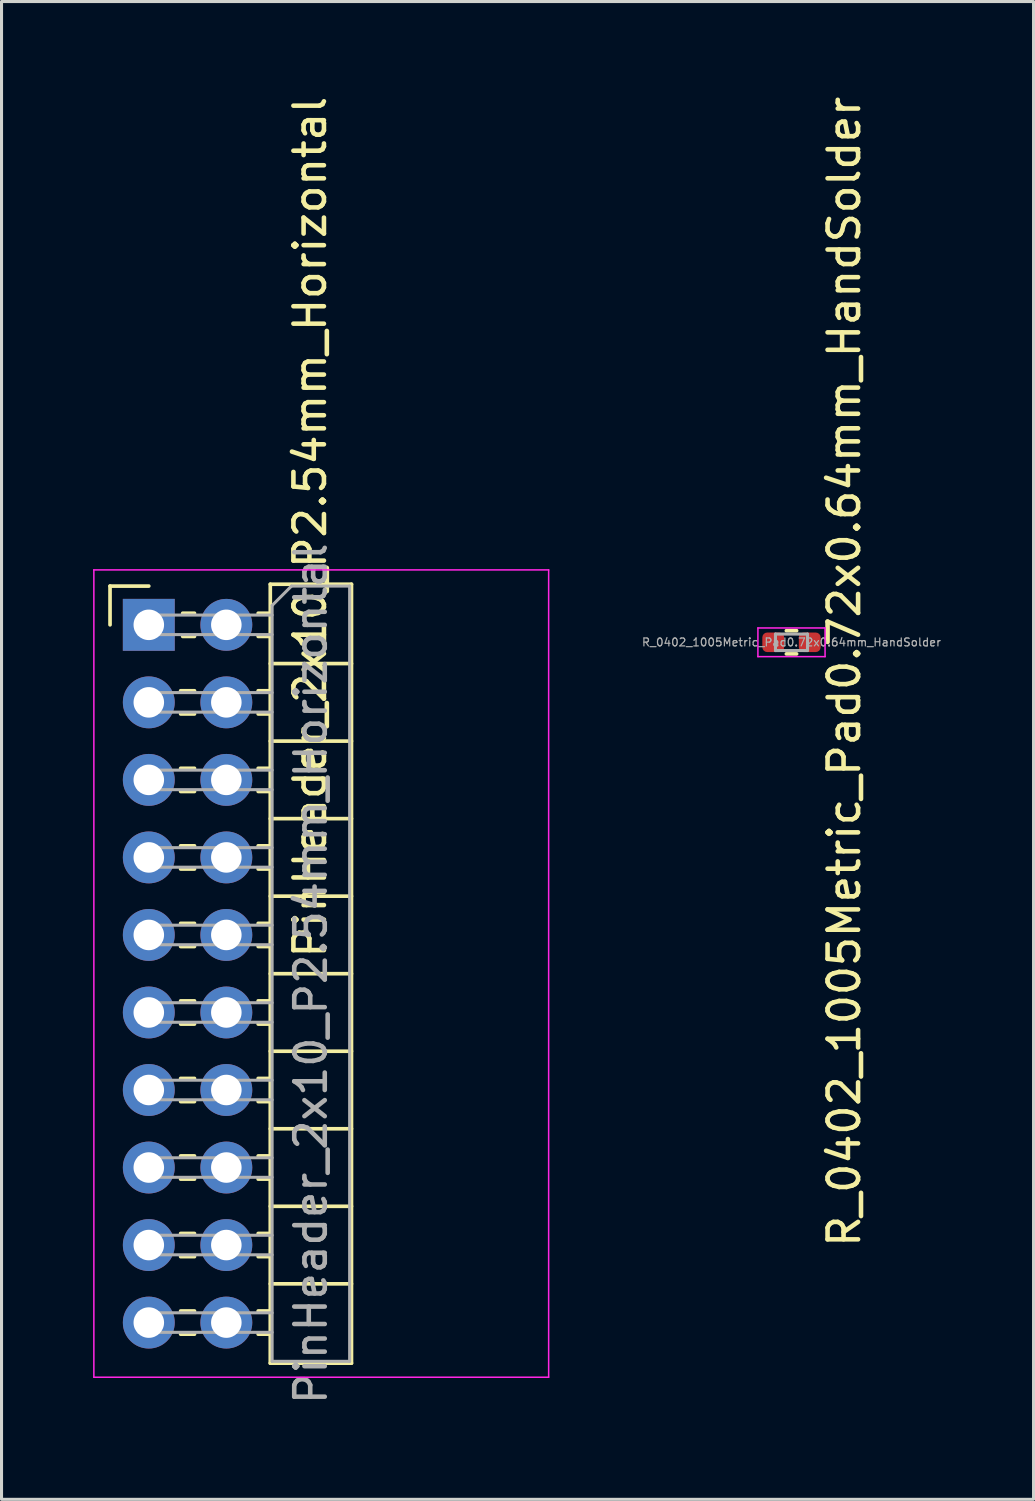
<source format=kicad_pcb>
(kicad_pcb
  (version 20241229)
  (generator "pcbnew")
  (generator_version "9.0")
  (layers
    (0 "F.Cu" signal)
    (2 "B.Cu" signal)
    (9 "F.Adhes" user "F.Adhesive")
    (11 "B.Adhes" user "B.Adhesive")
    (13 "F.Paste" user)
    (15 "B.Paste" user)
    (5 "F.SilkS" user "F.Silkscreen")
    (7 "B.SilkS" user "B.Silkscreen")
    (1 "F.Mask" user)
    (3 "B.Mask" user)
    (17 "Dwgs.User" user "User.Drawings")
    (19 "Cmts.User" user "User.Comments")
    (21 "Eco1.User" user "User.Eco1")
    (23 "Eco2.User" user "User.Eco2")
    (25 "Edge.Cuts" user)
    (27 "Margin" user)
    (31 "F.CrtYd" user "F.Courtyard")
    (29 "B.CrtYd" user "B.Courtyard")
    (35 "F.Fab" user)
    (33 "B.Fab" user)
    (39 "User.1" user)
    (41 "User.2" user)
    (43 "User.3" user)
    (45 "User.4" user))
  (footprint "PinHeader_2x10_P2.54mm_Horizontal"
    (layer "F.Cu")
    (at 1.825 17.421)
    (property "Reference" "PinHeader_2x10_P2.54mm_Horizontal" (at 5.283 -3.2 90) (layer "F.SilkS") (effects (font (size 1 1) (thickness 0.15))))
    (attr through_hole exclude_from_bom)
    (fp_line (start -1.27 -1.27) (end 0 -1.27) (stroke (width 0.12) (type solid)) (layer "F.SilkS"))
    (fp_line (start -1.27 0) (end -1.27 -1.27) (stroke (width 0.12) (type solid)) (layer "F.SilkS"))
    (fp_line (start 1.043 2.16) (end 1.497 2.16) (stroke (width 0.12) (type solid)) (layer "F.SilkS"))
    (fp_line (start 1.043 2.92) (end 1.497 2.92) (stroke (width 0.12) (type solid)) (layer "F.SilkS"))
    (fp_line (start 1.043 4.7) (end 1.497 4.7) (stroke (width 0.12) (type solid)) (layer "F.SilkS"))
    (fp_line (start 1.043 5.46) (end 1.497 5.46) (stroke (width 0.12) (type solid)) (layer "F.SilkS"))
    (fp_line (start 1.043 7.24) (end 1.497 7.24) (stroke (width 0.12) (type solid)) (layer "F.SilkS"))
    (fp_line (start 1.043 8) (end 1.497 8) (stroke (width 0.12) (type solid)) (layer "F.SilkS"))
    (fp_line (start 1.043 9.78) (end 1.497 9.78) (stroke (width 0.12) (type solid)) (layer "F.SilkS"))
    (fp_line (start 1.043 10.54) (end 1.497 10.54) (stroke (width 0.12) (type solid)) (layer "F.SilkS"))
    (fp_line (start 1.043 12.32) (end 1.497 12.32) (stroke (width 0.12) (type solid)) (layer "F.SilkS"))
    (fp_line (start 1.043 13.08) (end 1.497 13.08) (stroke (width 0.12) (type solid)) (layer "F.SilkS"))
    (fp_line (start 1.043 14.86) (end 1.497 14.86) (stroke (width 0.12) (type solid)) (layer "F.SilkS"))
    (fp_line (start 1.043 15.62) (end 1.497 15.62) (stroke (width 0.12) (type solid)) (layer "F.SilkS"))
    (fp_line (start 1.043 17.4) (end 1.497 17.4) (stroke (width 0.12) (type solid)) (layer "F.SilkS"))
    (fp_line (start 1.043 18.16) (end 1.497 18.16) (stroke (width 0.12) (type solid)) (layer "F.SilkS"))
    (fp_line (start 1.043 19.94) (end 1.497 19.94) (stroke (width 0.12) (type solid)) (layer "F.SilkS"))
    (fp_line (start 1.043 20.7) (end 1.497 20.7) (stroke (width 0.12) (type solid)) (layer "F.SilkS"))
    (fp_line (start 1.043 22.48) (end 1.497 22.48) (stroke (width 0.12) (type solid)) (layer "F.SilkS"))
    (fp_line (start 1.043 23.24) (end 1.497 23.24) (stroke (width 0.12) (type solid)) (layer "F.SilkS"))
    (fp_line (start 1.11 -0.38) (end 1.497 -0.38) (stroke (width 0.12) (type solid)) (layer "F.SilkS"))
    (fp_line (start 1.11 0.38) (end 1.497 0.38) (stroke (width 0.12) (type solid)) (layer "F.SilkS"))
    (fp_line (start 3.583 -0.38) (end 3.98 -0.38) (stroke (width 0.12) (type solid)) (layer "F.SilkS"))
    (fp_line (start 3.583 0.38) (end 3.98 0.38) (stroke (width 0.12) (type solid)) (layer "F.SilkS"))
    (fp_line (start 3.583 2.16) (end 3.98 2.16) (stroke (width 0.12) (type solid)) (layer "F.SilkS"))
    (fp_line (start 3.583 2.92) (end 3.98 2.92) (stroke (width 0.12) (type solid)) (layer "F.SilkS"))
    (fp_line (start 3.583 4.7) (end 3.98 4.7) (stroke (width 0.12) (type solid)) (layer "F.SilkS"))
    (fp_line (start 3.583 5.46) (end 3.98 5.46) (stroke (width 0.12) (type solid)) (layer "F.SilkS"))
    (fp_line (start 3.583 7.24) (end 3.98 7.24) (stroke (width 0.12) (type solid)) (layer "F.SilkS"))
    (fp_line (start 3.583 8) (end 3.98 8) (stroke (width 0.12) (type solid)) (layer "F.SilkS"))
    (fp_line (start 3.583 9.78) (end 3.98 9.78) (stroke (width 0.12) (type solid)) (layer "F.SilkS"))
    (fp_line (start 3.583 10.54) (end 3.98 10.54) (stroke (width 0.12) (type solid)) (layer "F.SilkS"))
    (fp_line (start 3.583 12.32) (end 3.98 12.32) (stroke (width 0.12) (type solid)) (layer "F.SilkS"))
    (fp_line (start 3.583 13.08) (end 3.98 13.08) (stroke (width 0.12) (type solid)) (layer "F.SilkS"))
    (fp_line (start 3.583 14.86) (end 3.98 14.86) (stroke (width 0.12) (type solid)) (layer "F.SilkS"))
    (fp_line (start 3.583 15.62) (end 3.98 15.62) (stroke (width 0.12) (type solid)) (layer "F.SilkS"))
    (fp_line (start 3.583 17.4) (end 3.98 17.4) (stroke (width 0.12) (type solid)) (layer "F.SilkS"))
    (fp_line (start 3.583 18.16) (end 3.98 18.16) (stroke (width 0.12) (type solid)) (layer "F.SilkS"))
    (fp_line (start 3.583 19.94) (end 3.98 19.94) (stroke (width 0.12) (type solid)) (layer "F.SilkS"))
    (fp_line (start 3.583 20.7) (end 3.98 20.7) (stroke (width 0.12) (type solid)) (layer "F.SilkS"))
    (fp_line (start 3.583 22.48) (end 3.98 22.48) (stroke (width 0.12) (type solid)) (layer "F.SilkS"))
    (fp_line (start 3.583 23.24) (end 3.98 23.24) (stroke (width 0.12) (type solid)) (layer "F.SilkS"))
    (fp_line (start 3.98 -1.33) (end 3.98 24.19) (stroke (width 0.12) (type solid)) (layer "F.SilkS"))
    (fp_line (start 3.98 1.27) (end 6.64 1.27) (stroke (width 0.12) (type solid)) (layer "F.SilkS"))
    (fp_line (start 3.98 3.81) (end 6.64 3.81) (stroke (width 0.12) (type solid)) (layer "F.SilkS"))
    (fp_line (start 3.98 6.35) (end 6.64 6.35) (stroke (width 0.12) (type solid)) (layer "F.SilkS"))
    (fp_line (start 3.98 8.89) (end 6.64 8.89) (stroke (width 0.12) (type solid)) (layer "F.SilkS"))
    (fp_line (start 3.98 11.43) (end 6.64 11.43) (stroke (width 0.12) (type solid)) (layer "F.SilkS"))
    (fp_line (start 3.98 13.97) (end 6.64 13.97) (stroke (width 0.12) (type solid)) (layer "F.SilkS"))
    (fp_line (start 3.98 16.51) (end 6.64 16.51) (stroke (width 0.12) (type solid)) (layer "F.SilkS"))
    (fp_line (start 3.98 19.05) (end 6.64 19.05) (stroke (width 0.12) (type solid)) (layer "F.SilkS"))
    (fp_line (start 3.98 21.59) (end 6.64 21.59) (stroke (width 0.12) (type solid)) (layer "F.SilkS"))
    (fp_line (start 3.98 24.19) (end 6.64 24.19) (stroke (width 0.12) (type solid)) (layer "F.SilkS"))
    (fp_line (start 6.64 -1.33) (end 3.98 -1.33) (stroke (width 0.12) (type solid)) (layer "F.SilkS"))
    (fp_line (start 6.64 24.19) (end 6.64 -1.33) (stroke (width 0.12) (type solid)) (layer "F.SilkS"))
    (fp_line (start -1.8 -1.8) (end -1.8 24.65) (stroke (width 0.05) (type solid)) (layer "F.CrtYd"))
    (fp_line (start -1.8 24.65) (end 13.1 24.65) (stroke (width 0.05) (type solid)) (layer "F.CrtYd"))
    (fp_line (start 13.1 -1.8) (end -1.8 -1.8) (stroke (width 0.05) (type solid)) (layer "F.CrtYd"))
    (fp_line (start 13.1 24.65) (end 13.1 -1.8) (stroke (width 0.05) (type solid)) (layer "F.CrtYd"))
    (fp_line (start -0.32 -0.32) (end -0.32 0.32) (stroke (width 0.1) (type solid)) (layer "F.Fab"))
    (fp_line (start -0.32 -0.32) (end 4.04 -0.32) (stroke (width 0.1) (type solid)) (layer "F.Fab"))
    (fp_line (start -0.32 0.32) (end 4.04 0.32) (stroke (width 0.1) (type solid)) (layer "F.Fab"))
    (fp_line (start -0.32 2.22) (end -0.32 2.86) (stroke (width 0.1) (type solid)) (layer "F.Fab"))
    (fp_line (start -0.32 2.22) (end 4.04 2.22) (stroke (width 0.1) (type solid)) (layer "F.Fab"))
    (fp_line (start -0.32 2.86) (end 4.04 2.86) (stroke (width 0.1) (type solid)) (layer "F.Fab"))
    (fp_line (start -0.32 4.76) (end -0.32 5.4) (stroke (width 0.1) (type solid)) (layer "F.Fab"))
    (fp_line (start -0.32 4.76) (end 4.04 4.76) (stroke (width 0.1) (type solid)) (layer "F.Fab"))
    (fp_line (start -0.32 5.4) (end 4.04 5.4) (stroke (width 0.1) (type solid)) (layer "F.Fab"))
    (fp_line (start -0.32 7.3) (end -0.32 7.94) (stroke (width 0.1) (type solid)) (layer "F.Fab"))
    (fp_line (start -0.32 7.3) (end 4.04 7.3) (stroke (width 0.1) (type solid)) (layer "F.Fab"))
    (fp_line (start -0.32 7.94) (end 4.04 7.94) (stroke (width 0.1) (type solid)) (layer "F.Fab"))
    (fp_line (start -0.32 9.84) (end -0.32 10.48) (stroke (width 0.1) (type solid)) (layer "F.Fab"))
    (fp_line (start -0.32 9.84) (end 4.04 9.84) (stroke (width 0.1) (type solid)) (layer "F.Fab"))
    (fp_line (start -0.32 10.48) (end 4.04 10.48) (stroke (width 0.1) (type solid)) (layer "F.Fab"))
    (fp_line (start -0.32 12.38) (end -0.32 13.02) (stroke (width 0.1) (type solid)) (layer "F.Fab"))
    (fp_line (start -0.32 12.38) (end 4.04 12.38) (stroke (width 0.1) (type solid)) (layer "F.Fab"))
    (fp_line (start -0.32 13.02) (end 4.04 13.02) (stroke (width 0.1) (type solid)) (layer "F.Fab"))
    (fp_line (start -0.32 14.92) (end -0.32 15.56) (stroke (width 0.1) (type solid)) (layer "F.Fab"))
    (fp_line (start -0.32 14.92) (end 4.04 14.92) (stroke (width 0.1) (type solid)) (layer "F.Fab"))
    (fp_line (start -0.32 15.56) (end 4.04 15.56) (stroke (width 0.1) (type solid)) (layer "F.Fab"))
    (fp_line (start -0.32 17.46) (end -0.32 18.1) (stroke (width 0.1) (type solid)) (layer "F.Fab"))
    (fp_line (start -0.32 17.46) (end 4.04 17.46) (stroke (width 0.1) (type solid)) (layer "F.Fab"))
    (fp_line (start -0.32 18.1) (end 4.04 18.1) (stroke (width 0.1) (type solid)) (layer "F.Fab"))
    (fp_line (start -0.32 20) (end -0.32 20.64) (stroke (width 0.1) (type solid)) (layer "F.Fab"))
    (fp_line (start -0.32 20) (end 4.04 20) (stroke (width 0.1) (type solid)) (layer "F.Fab"))
    (fp_line (start -0.32 20.64) (end 4.04 20.64) (stroke (width 0.1) (type solid)) (layer "F.Fab"))
    (fp_line (start -0.32 22.54) (end -0.32 23.18) (stroke (width 0.1) (type solid)) (layer "F.Fab"))
    (fp_line (start -0.32 22.54) (end 4.04 22.54) (stroke (width 0.1) (type solid)) (layer "F.Fab"))
    (fp_line (start -0.32 23.18) (end 4.04 23.18) (stroke (width 0.1) (type solid)) (layer "F.Fab"))
    (fp_line (start 4.04 -0.635) (end 4.675 -1.27) (stroke (width 0.1) (type solid)) (layer "F.Fab"))
    (fp_line (start 4.04 24.13) (end 4.04 -0.635) (stroke (width 0.1) (type solid)) (layer "F.Fab"))
    (fp_line (start 4.675 -1.27) (end 6.58 -1.27) (stroke (width 0.1) (type solid)) (layer "F.Fab"))
    (fp_line (start 6.58 -1.27) (end 6.58 24.13) (stroke (width 0.1) (type solid)) (layer "F.Fab"))
    (fp_line (start 6.58 24.13) (end 4.04 24.13) (stroke (width 0.1) (type solid)) (layer "F.Fab"))
    (fp_text user "${REFERENCE}" (at 5.31 11.43 270) (layer "F.Fab") (effects (font (size 1 1) (thickness 0.15))))
    (pad "1" thru_hole rect (at 0 0) (size 1.7 1.7) (drill 1) (layers "*.Cu" "*.Mask"))
    (pad "2" thru_hole oval (at 2.54 0) (size 1.7 1.7) (drill 1) (layers "*.Cu" "*.Mask"))
    (pad "3" thru_hole oval (at 0 2.54) (size 1.7 1.7) (drill 1) (layers "*.Cu" "*.Mask"))
    (pad "4" thru_hole oval (at 2.54 2.54) (size 1.7 1.7) (drill 1) (layers "*.Cu" "*.Mask"))
    (pad "5" thru_hole oval (at 0 5.08) (size 1.7 1.7) (drill 1) (layers "*.Cu" "*.Mask"))
    (pad "6" thru_hole oval (at 2.54 5.08) (size 1.7 1.7) (drill 1) (layers "*.Cu" "*.Mask"))
    (pad "7" thru_hole oval (at 0 7.62) (size 1.7 1.7) (drill 1) (layers "*.Cu" "*.Mask"))
    (pad "8" thru_hole oval (at 2.54 7.62) (size 1.7 1.7) (drill 1) (layers "*.Cu" "*.Mask"))
    (pad "9" thru_hole oval (at 0 10.16) (size 1.7 1.7) (drill 1) (layers "*.Cu" "*.Mask"))
    (pad "10" thru_hole oval (at 2.54 10.16) (size 1.7 1.7) (drill 1) (layers "*.Cu" "*.Mask"))
    (pad "11" thru_hole oval (at 0 12.7) (size 1.7 1.7) (drill 1) (layers "*.Cu" "*.Mask"))
    (pad "12" thru_hole oval (at 2.54 12.7) (size 1.7 1.7) (drill 1) (layers "*.Cu" "*.Mask"))
    (pad "13" thru_hole oval (at 0 15.24) (size 1.7 1.7) (drill 1) (layers "*.Cu" "*.Mask"))
    (pad "14" thru_hole oval (at 2.54 15.24) (size 1.7 1.7) (drill 1) (layers "*.Cu" "*.Mask"))
    (pad "15" thru_hole oval (at 0 17.78) (size 1.7 1.7) (drill 1) (layers "*.Cu" "*.Mask"))
    (pad "16" thru_hole oval (at 2.54 17.78) (size 1.7 1.7) (drill 1) (layers "*.Cu" "*.Mask"))
    (pad "17" thru_hole oval (at 0 20.32) (size 1.7 1.7) (drill 1) (layers "*.Cu" "*.Mask"))
    (pad "18" thru_hole oval (at 2.54 20.32) (size 1.7 1.7) (drill 1) (layers "*.Cu" "*.Mask"))
    (pad "19" thru_hole oval (at 0 22.86) (size 1.7 1.7) (drill 1) (layers "*.Cu" "*.Mask"))
    (pad "20" thru_hole oval (at 2.54 22.86) (size 1.7 1.7) (drill 1) (layers "*.Cu" "*.Mask")))
  (footprint "R_0402_1005Metric_Pad0.72x0.64mm_HandSolder"
    (layer "F.Cu")
    (at 22.881 17.993)
    (property "Reference" "R_0402_1005Metric_Pad0.72x0.64mm_HandSolder" (at 1.727 0.965 90) (layer "F.SilkS") (effects (font (size 1 1) (thickness 0.15))))
    (attr smd exclude_from_bom)
    (fp_line (start -0.168 -0.38) (end 0.168 -0.38) (stroke (width 0.12) (type solid)) (layer "F.SilkS"))
    (fp_line (start -0.168 0.38) (end 0.168 0.38) (stroke (width 0.12) (type solid)) (layer "F.SilkS"))
    (fp_line (start -1.1 -0.47) (end 1.1 -0.47) (stroke (width 0.05) (type solid)) (layer "F.CrtYd"))
    (fp_line (start -1.1 0.47) (end -1.1 -0.47) (stroke (width 0.05) (type solid)) (layer "F.CrtYd"))
    (fp_line (start 1.1 -0.47) (end 1.1 0.47) (stroke (width 0.05) (type solid)) (layer "F.CrtYd"))
    (fp_line (start 1.1 0.47) (end -1.1 0.47) (stroke (width 0.05) (type solid)) (layer "F.CrtYd"))
    (fp_line (start -0.525 -0.27) (end 0.525 -0.27) (stroke (width 0.1) (type solid)) (layer "F.Fab"))
    (fp_line (start -0.525 0.27) (end -0.525 -0.27) (stroke (width 0.1) (type solid)) (layer "F.Fab"))
    (fp_line (start 0.525 -0.27) (end 0.525 0.27) (stroke (width 0.1) (type solid)) (layer "F.Fab"))
    (fp_line (start 0.525 0.27) (end -0.525 0.27) (stroke (width 0.1) (type solid)) (layer "F.Fab"))
    (fp_text user "${REFERENCE}" (at 0 0 0) (layer "F.Fab") (effects (font (size 0.26 0.26) (thickness 0.04))))
    (pad "1" smd roundrect (at -0.598 0) (size 0.715 0.64) (layers "F.Cu" "F.Mask" "F.Paste") (roundrect_rratio 0.25))
    (pad "2" smd roundrect (at 0.598 0) (size 0.715 0.64) (layers "F.Cu" "F.Mask" "F.Paste") (roundrect_rratio 0.25)))
  (gr_rect
    (start -3 -3)
    (end 30.811 46.071)
    (stroke (width 0.1) (type default))
    (fill no)
    (layer "Edge.Cuts")))
</source>
